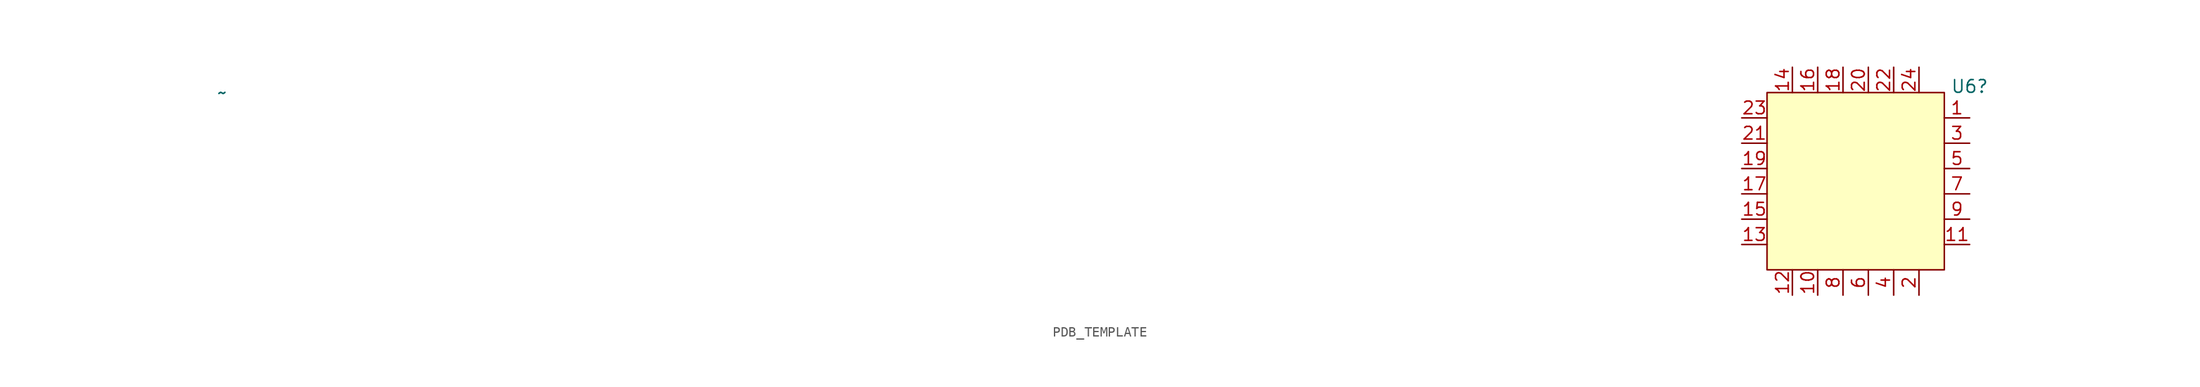
<source format=kicad_sym>
(kicad_symbol_lib
  (version 20220914)
  (generator kicad_symbol_editor)
  (symbol "PDB_TEMPLATE"
    (property "Reference" "U6"
      (at 175.26 0.61 0)
      (effects (font (size 1.27 1.27))))
    (property "Value" "~"
      (at 0 0 0)
      (effects (font (size 1.27 1.27))))
    (symbol "PDB_TEMPLATE_1_1"
      (rectangle (start 154.94 0) (end 172.72 -17.78) (stroke (width 0) (type default)) (fill (type background)))
      (pin power_in line (at 175.26 -2.54 180) (length 2.54) (name "" (effects (font (size 1.27 1.27)))) (number "1" (effects (font (size 1.27 1.27)))))
      (pin power_in line (at 160.02 -20.32 90) (length 2.54) (name "" (effects (font (size 1.27 1.27)))) (number "10" (effects (font (size 1.27 1.27)))))
      (pin power_in line (at 175.26 -15.24 180) (length 2.54) (name "" (effects (font (size 1.27 1.27)))) (number "11" (effects (font (size 1.27 1.27)))))
      (pin power_in line (at 157.48 -20.32 90) (length 2.54) (name "" (effects (font (size 1.27 1.27)))) (number "12" (effects (font (size 1.27 1.27)))))
      (pin power_in line (at 152.4 -15.24 0) (length 2.54) (name "" (effects (font (size 1.27 1.27)))) (number "13" (effects (font (size 1.27 1.27)))))
      (pin power_out line (at 157.48 2.54 270) (length 2.54) (name "" (effects (font (size 1.27 1.27)))) (number "14" (effects (font (size 1.27 1.27)))))
      (pin power_in line (at 152.4 -12.7 0) (length 2.54) (name "" (effects (font (size 1.27 1.27)))) (number "15" (effects (font (size 1.27 1.27)))))
      (pin power_in line (at 160.02 2.54 270) (length 2.54) (name "" (effects (font (size 1.27 1.27)))) (number "16" (effects (font (size 1.27 1.27)))))
      (pin power_in line (at 152.4 -10.16 0) (length 2.54) (name "" (effects (font (size 1.27 1.27)))) (number "17" (effects (font (size 1.27 1.27)))))
      (pin power_in line (at 162.56 2.54 270) (length 2.54) (name "" (effects (font (size 1.27 1.27)))) (number "18" (effects (font (size 1.27 1.27)))))
      (pin power_in line (at 152.4 -7.62 0) (length 2.54) (name "" (effects (font (size 1.27 1.27)))) (number "19" (effects (font (size 1.27 1.27)))))
      (pin power_in line (at 170.18 -20.32 90) (length 2.54) (name "" (effects (font (size 1.27 1.27)))) (number "2" (effects (font (size 1.27 1.27)))))
      (pin power_in line (at 165.1 2.54 270) (length 2.54) (name "" (effects (font (size 1.27 1.27)))) (number "20" (effects (font (size 1.27 1.27)))))
      (pin power_in line (at 152.4 -5.08 0) (length 2.54) (name "" (effects (font (size 1.27 1.27)))) (number "21" (effects (font (size 1.27 1.27)))))
      (pin power_in line (at 167.64 2.54 270) (length 2.54) (name "" (effects (font (size 1.27 1.27)))) (number "22" (effects (font (size 1.27 1.27)))))
      (pin power_in line (at 152.4 -2.54 0) (length 2.54) (name "" (effects (font (size 1.27 1.27)))) (number "23" (effects (font (size 1.27 1.27)))))
      (pin power_in line (at 170.18 2.54 270) (length 2.54) (name "" (effects (font (size 1.27 1.27)))) (number "24" (effects (font (size 1.27 1.27)))))
      (pin power_in line (at 175.26 -5.08 180) (length 2.54) (name "" (effects (font (size 1.27 1.27)))) (number "3" (effects (font (size 1.27 1.27)))))
      (pin power_in line (at 167.64 -20.32 90) (length 2.54) (name "" (effects (font (size 1.27 1.27)))) (number "4" (effects (font (size 1.27 1.27)))))
      (pin power_in line (at 175.26 -7.62 180) (length 2.54) (name "" (effects (font (size 1.27 1.27)))) (number "5" (effects (font (size 1.27 1.27)))))
      (pin power_in line (at 165.1 -20.32 90) (length 2.54) (name "" (effects (font (size 1.27 1.27)))) (number "6" (effects (font (size 1.27 1.27)))))
      (pin power_in line (at 175.26 -10.16 180) (length 2.54) (name "" (effects (font (size 1.27 1.27)))) (number "7" (effects (font (size 1.27 1.27)))))
      (pin power_in line (at 162.56 -20.32 90) (length 2.54) (name "" (effects (font (size 1.27 1.27)))) (number "8" (effects (font (size 1.27 1.27)))))
      (pin power_in line (at 175.26 -12.7 180) (length 2.54) (name "" (effects (font (size 1.27 1.27)))) (number "9" (effects (font (size 1.27 1.27))))))))
</source>
